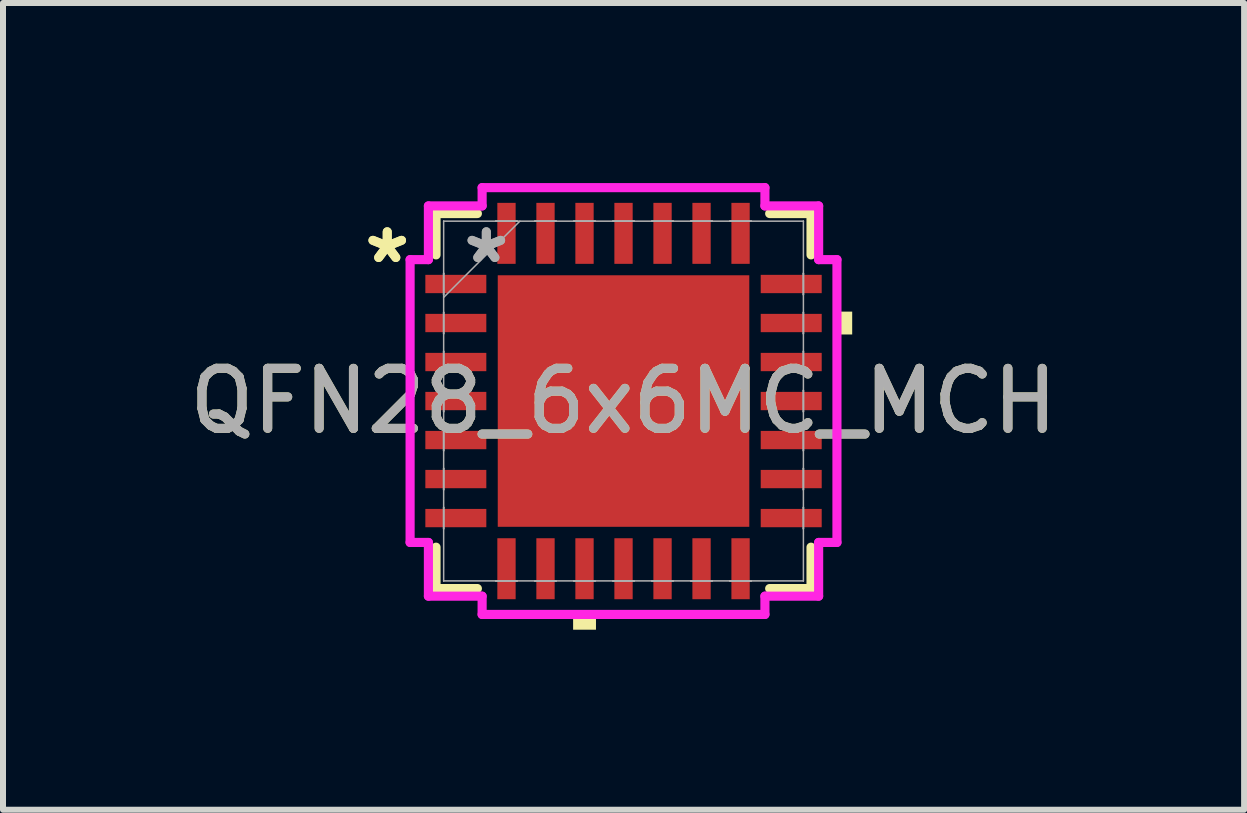
<source format=kicad_pcb>
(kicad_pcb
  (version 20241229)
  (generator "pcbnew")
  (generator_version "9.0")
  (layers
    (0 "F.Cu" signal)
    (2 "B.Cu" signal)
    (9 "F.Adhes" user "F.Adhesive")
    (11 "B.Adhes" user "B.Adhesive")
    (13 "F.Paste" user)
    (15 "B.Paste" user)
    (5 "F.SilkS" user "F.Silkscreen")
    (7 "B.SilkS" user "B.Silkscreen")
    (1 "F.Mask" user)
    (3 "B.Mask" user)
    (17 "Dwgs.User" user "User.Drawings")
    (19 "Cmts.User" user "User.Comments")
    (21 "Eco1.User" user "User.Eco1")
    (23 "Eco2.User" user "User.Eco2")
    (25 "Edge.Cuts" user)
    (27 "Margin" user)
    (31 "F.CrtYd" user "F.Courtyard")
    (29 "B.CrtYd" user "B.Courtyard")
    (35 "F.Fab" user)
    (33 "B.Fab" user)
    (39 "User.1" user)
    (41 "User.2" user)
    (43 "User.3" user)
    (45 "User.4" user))
  (footprint "QFN28_6x6MC_MCH"
    (layer "F.Cu")
    (at 7.339 3.632)
    (property "Reference" "QFN28_6x6MC_MCH" (at 0 0 0) (unlocked yes) (layer "F.SilkS") (effects (font (size 1 1) (thickness 0.15))))
    (attr smd)
    (fp_line (start -3.124 -3.124) (end -3.124 -2.435) (stroke (width 0.152) (type solid)) (layer "F.SilkS"))
    (fp_line (start -3.124 2.435) (end -3.124 3.124) (stroke (width 0.152) (type solid)) (layer "F.SilkS"))
    (fp_line (start -3.124 3.124) (end -2.435 3.124) (stroke (width 0.152) (type solid)) (layer "F.SilkS"))
    (fp_line (start -2.435 -3.124) (end -3.124 -3.124) (stroke (width 0.152) (type solid)) (layer "F.SilkS"))
    (fp_line (start 2.435 3.124) (end 3.124 3.124) (stroke (width 0.152) (type solid)) (layer "F.SilkS"))
    (fp_line (start 3.124 -3.124) (end 2.435 -3.124) (stroke (width 0.152) (type solid)) (layer "F.SilkS"))
    (fp_line (start 3.124 -2.435) (end 3.124 -3.124) (stroke (width 0.152) (type solid)) (layer "F.SilkS"))
    (fp_line (start 3.124 3.124) (end 3.124 2.435) (stroke (width 0.152) (type solid)) (layer "F.SilkS"))
    (fp_poly (pts (xy -0.84 3.556) (xy -0.84 3.81) (xy -0.459 3.81) (xy -0.459 3.556)) (stroke (width 0) (type solid)) (fill yes) (layer "F.SilkS"))
    (fp_poly (pts (xy 3.81 -1.49) (xy 3.81 -1.109) (xy 3.556 -1.109) (xy 3.556 -1.49)) (stroke (width 0) (type solid)) (fill yes) (layer "F.SilkS"))
    (fp_poly (pts (xy -1.996 -1.996) (xy -1.996 -0.798) (xy -0.798 -0.798) (xy -0.798 -1.996)) (stroke (width 0) (type solid)) (fill yes) (layer "F.Paste"))
    (fp_poly (pts (xy -1.996 -0.599) (xy -1.996 0.599) (xy -0.798 0.599) (xy -0.798 -0.599)) (stroke (width 0) (type solid)) (fill yes) (layer "F.Paste"))
    (fp_poly (pts (xy -1.996 0.798) (xy -1.996 1.996) (xy -0.798 1.996) (xy -0.798 0.798)) (stroke (width 0) (type solid)) (fill yes) (layer "F.Paste"))
    (fp_poly (pts (xy -0.599 -1.996) (xy -0.599 -0.798) (xy 0.599 -0.798) (xy 0.599 -1.996)) (stroke (width 0) (type solid)) (fill yes) (layer "F.Paste"))
    (fp_poly (pts (xy -0.599 -0.599) (xy -0.599 0.599) (xy 0.599 0.599) (xy 0.599 -0.599)) (stroke (width 0) (type solid)) (fill yes) (layer "F.Paste"))
    (fp_poly (pts (xy -0.599 0.798) (xy -0.599 1.996) (xy 0.599 1.996) (xy 0.599 0.798)) (stroke (width 0) (type solid)) (fill yes) (layer "F.Paste"))
    (fp_poly (pts (xy 0.798 -1.996) (xy 0.798 -0.798) (xy 1.996 -0.798) (xy 1.996 -1.996)) (stroke (width 0) (type solid)) (fill yes) (layer "F.Paste"))
    (fp_poly (pts (xy 0.798 -0.599) (xy 0.798 0.599) (xy 1.996 0.599) (xy 1.996 -0.599)) (stroke (width 0) (type solid)) (fill yes) (layer "F.Paste"))
    (fp_poly (pts (xy 0.798 0.798) (xy 0.798 1.996) (xy 1.996 1.996) (xy 1.996 0.798)) (stroke (width 0) (type solid)) (fill yes) (layer "F.Paste"))
    (fp_line (start -3.556 -2.356) (end -3.251 -2.356) (stroke (width 0.152) (type solid)) (layer "F.CrtYd"))
    (fp_line (start -3.556 2.356) (end -3.556 -2.356) (stroke (width 0.152) (type solid)) (layer "F.CrtYd"))
    (fp_line (start -3.251 -3.251) (end -2.356 -3.251) (stroke (width 0.152) (type solid)) (layer "F.CrtYd"))
    (fp_line (start -3.251 -2.356) (end -3.251 -3.251) (stroke (width 0.152) (type solid)) (layer "F.CrtYd"))
    (fp_line (start -3.251 2.356) (end -3.556 2.356) (stroke (width 0.152) (type solid)) (layer "F.CrtYd"))
    (fp_line (start -3.251 3.251) (end -3.251 2.356) (stroke (width 0.152) (type solid)) (layer "F.CrtYd"))
    (fp_line (start -2.356 -3.556) (end 2.356 -3.556) (stroke (width 0.152) (type solid)) (layer "F.CrtYd"))
    (fp_line (start -2.356 -3.251) (end -2.356 -3.556) (stroke (width 0.152) (type solid)) (layer "F.CrtYd"))
    (fp_line (start -2.356 3.251) (end -3.251 3.251) (stroke (width 0.152) (type solid)) (layer "F.CrtYd"))
    (fp_line (start -2.356 3.556) (end -2.356 3.251) (stroke (width 0.152) (type solid)) (layer "F.CrtYd"))
    (fp_line (start 2.356 -3.556) (end 2.356 -3.251) (stroke (width 0.152) (type solid)) (layer "F.CrtYd"))
    (fp_line (start 2.356 -3.251) (end 3.251 -3.251) (stroke (width 0.152) (type solid)) (layer "F.CrtYd"))
    (fp_line (start 2.356 3.251) (end 2.356 3.556) (stroke (width 0.152) (type solid)) (layer "F.CrtYd"))
    (fp_line (start 2.356 3.556) (end -2.356 3.556) (stroke (width 0.152) (type solid)) (layer "F.CrtYd"))
    (fp_line (start 3.251 -3.251) (end 3.251 -2.356) (stroke (width 0.152) (type solid)) (layer "F.CrtYd"))
    (fp_line (start 3.251 -2.356) (end 3.556 -2.356) (stroke (width 0.152) (type solid)) (layer "F.CrtYd"))
    (fp_line (start 3.251 2.356) (end 3.251 3.251) (stroke (width 0.152) (type solid)) (layer "F.CrtYd"))
    (fp_line (start 3.251 3.251) (end 2.356 3.251) (stroke (width 0.152) (type solid)) (layer "F.CrtYd"))
    (fp_line (start 3.556 -2.356) (end 3.556 2.356) (stroke (width 0.152) (type solid)) (layer "F.CrtYd"))
    (fp_line (start 3.556 2.356) (end 3.251 2.356) (stroke (width 0.152) (type solid)) (layer "F.CrtYd"))
    (fp_line (start -2.997 -2.997) (end -2.997 -2.997) (stroke (width 0.025) (type solid)) (layer "F.Fab"))
    (fp_line (start -2.997 -2.997) (end -2.997 2.997) (stroke (width 0.025) (type solid)) (layer "F.Fab"))
    (fp_line (start -2.997 -2.128) (end -2.997 -2.128) (stroke (width 0.025) (type solid)) (layer "F.Fab"))
    (fp_line (start -2.997 -2.128) (end -2.997 -1.772) (stroke (width 0.025) (type solid)) (layer "F.Fab"))
    (fp_line (start -2.997 -1.772) (end -2.997 -2.128) (stroke (width 0.025) (type solid)) (layer "F.Fab"))
    (fp_line (start -2.997 -1.772) (end -2.997 -1.772) (stroke (width 0.025) (type solid)) (layer "F.Fab"))
    (fp_line (start -2.997 -1.727) (end -1.727 -2.997) (stroke (width 0.025) (type solid)) (layer "F.Fab"))
    (fp_line (start -2.997 -1.478) (end -2.997 -1.478) (stroke (width 0.025) (type solid)) (layer "F.Fab"))
    (fp_line (start -2.997 -1.478) (end -2.997 -1.122) (stroke (width 0.025) (type solid)) (layer "F.Fab"))
    (fp_line (start -2.997 -1.122) (end -2.997 -1.478) (stroke (width 0.025) (type solid)) (layer "F.Fab"))
    (fp_line (start -2.997 -1.122) (end -2.997 -1.122) (stroke (width 0.025) (type solid)) (layer "F.Fab"))
    (fp_line (start -2.997 -0.828) (end -2.997 -0.828) (stroke (width 0.025) (type solid)) (layer "F.Fab"))
    (fp_line (start -2.997 -0.828) (end -2.997 -0.472) (stroke (width 0.025) (type solid)) (layer "F.Fab"))
    (fp_line (start -2.997 -0.472) (end -2.997 -0.828) (stroke (width 0.025) (type solid)) (layer "F.Fab"))
    (fp_line (start -2.997 -0.472) (end -2.997 -0.472) (stroke (width 0.025) (type solid)) (layer "F.Fab"))
    (fp_line (start -2.997 -0.178) (end -2.997 -0.178) (stroke (width 0.025) (type solid)) (layer "F.Fab"))
    (fp_line (start -2.997 -0.178) (end -2.997 0.178) (stroke (width 0.025) (type solid)) (layer "F.Fab"))
    (fp_line (start -2.997 0.178) (end -2.997 -0.178) (stroke (width 0.025) (type solid)) (layer "F.Fab"))
    (fp_line (start -2.997 0.178) (end -2.997 0.178) (stroke (width 0.025) (type solid)) (layer "F.Fab"))
    (fp_line (start -2.997 0.472) (end -2.997 0.472) (stroke (width 0.025) (type solid)) (layer "F.Fab"))
    (fp_line (start -2.997 0.472) (end -2.997 0.828) (stroke (width 0.025) (type solid)) (layer "F.Fab"))
    (fp_line (start -2.997 0.828) (end -2.997 0.472) (stroke (width 0.025) (type solid)) (layer "F.Fab"))
    (fp_line (start -2.997 0.828) (end -2.997 0.828) (stroke (width 0.025) (type solid)) (layer "F.Fab"))
    (fp_line (start -2.997 1.122) (end -2.997 1.122) (stroke (width 0.025) (type solid)) (layer "F.Fab"))
    (fp_line (start -2.997 1.122) (end -2.997 1.478) (stroke (width 0.025) (type solid)) (layer "F.Fab"))
    (fp_line (start -2.997 1.478) (end -2.997 1.122) (stroke (width 0.025) (type solid)) (layer "F.Fab"))
    (fp_line (start -2.997 1.478) (end -2.997 1.478) (stroke (width 0.025) (type solid)) (layer "F.Fab"))
    (fp_line (start -2.997 1.772) (end -2.997 1.772) (stroke (width 0.025) (type solid)) (layer "F.Fab"))
    (fp_line (start -2.997 1.772) (end -2.997 2.128) (stroke (width 0.025) (type solid)) (layer "F.Fab"))
    (fp_line (start -2.997 2.128) (end -2.997 1.772) (stroke (width 0.025) (type solid)) (layer "F.Fab"))
    (fp_line (start -2.997 2.128) (end -2.997 2.128) (stroke (width 0.025) (type solid)) (layer "F.Fab"))
    (fp_line (start -2.997 2.997) (end -2.997 2.997) (stroke (width 0.025) (type solid)) (layer "F.Fab"))
    (fp_line (start -2.997 2.997) (end 2.997 2.997) (stroke (width 0.025) (type solid)) (layer "F.Fab"))
    (fp_line (start -2.128 -2.997) (end -2.128 -2.997) (stroke (width 0.025) (type solid)) (layer "F.Fab"))
    (fp_line (start -2.128 -2.997) (end -1.772 -2.997) (stroke (width 0.025) (type solid)) (layer "F.Fab"))
    (fp_line (start -2.128 2.997) (end -2.128 2.997) (stroke (width 0.025) (type solid)) (layer "F.Fab"))
    (fp_line (start -2.128 2.997) (end -1.772 2.997) (stroke (width 0.025) (type solid)) (layer "F.Fab"))
    (fp_line (start -1.772 -2.997) (end -2.128 -2.997) (stroke (width 0.025) (type solid)) (layer "F.Fab"))
    (fp_line (start -1.772 -2.997) (end -1.772 -2.997) (stroke (width 0.025) (type solid)) (layer "F.Fab"))
    (fp_line (start -1.772 2.997) (end -2.128 2.997) (stroke (width 0.025) (type solid)) (layer "F.Fab"))
    (fp_line (start -1.772 2.997) (end -1.772 2.997) (stroke (width 0.025) (type solid)) (layer "F.Fab"))
    (fp_line (start -1.478 -2.997) (end -1.478 -2.997) (stroke (width 0.025) (type solid)) (layer "F.Fab"))
    (fp_line (start -1.478 -2.997) (end -1.122 -2.997) (stroke (width 0.025) (type solid)) (layer "F.Fab"))
    (fp_line (start -1.478 2.997) (end -1.478 2.997) (stroke (width 0.025) (type solid)) (layer "F.Fab"))
    (fp_line (start -1.478 2.997) (end -1.122 2.997) (stroke (width 0.025) (type solid)) (layer "F.Fab"))
    (fp_line (start -1.122 -2.997) (end -1.478 -2.997) (stroke (width 0.025) (type solid)) (layer "F.Fab"))
    (fp_line (start -1.122 -2.997) (end -1.122 -2.997) (stroke (width 0.025) (type solid)) (layer "F.Fab"))
    (fp_line (start -1.122 2.997) (end -1.478 2.997) (stroke (width 0.025) (type solid)) (layer "F.Fab"))
    (fp_line (start -1.122 2.997) (end -1.122 2.997) (stroke (width 0.025) (type solid)) (layer "F.Fab"))
    (fp_line (start -0.828 -2.997) (end -0.828 -2.997) (stroke (width 0.025) (type solid)) (layer "F.Fab"))
    (fp_line (start -0.828 -2.997) (end -0.472 -2.997) (stroke (width 0.025) (type solid)) (layer "F.Fab"))
    (fp_line (start -0.828 2.997) (end -0.828 2.997) (stroke (width 0.025) (type solid)) (layer "F.Fab"))
    (fp_line (start -0.828 2.997) (end -0.472 2.997) (stroke (width 0.025) (type solid)) (layer "F.Fab"))
    (fp_line (start -0.472 -2.997) (end -0.828 -2.997) (stroke (width 0.025) (type solid)) (layer "F.Fab"))
    (fp_line (start -0.472 -2.997) (end -0.472 -2.997) (stroke (width 0.025) (type solid)) (layer "F.Fab"))
    (fp_line (start -0.472 2.997) (end -0.828 2.997) (stroke (width 0.025) (type solid)) (layer "F.Fab"))
    (fp_line (start -0.472 2.997) (end -0.472 2.997) (stroke (width 0.025) (type solid)) (layer "F.Fab"))
    (fp_line (start -0.178 -2.997) (end -0.178 -2.997) (stroke (width 0.025) (type solid)) (layer "F.Fab"))
    (fp_line (start -0.178 -2.997) (end 0.178 -2.997) (stroke (width 0.025) (type solid)) (layer "F.Fab"))
    (fp_line (start -0.178 2.997) (end -0.178 2.997) (stroke (width 0.025) (type solid)) (layer "F.Fab"))
    (fp_line (start -0.178 2.997) (end 0.178 2.997) (stroke (width 0.025) (type solid)) (layer "F.Fab"))
    (fp_line (start 0.178 -2.997) (end -0.178 -2.997) (stroke (width 0.025) (type solid)) (layer "F.Fab"))
    (fp_line (start 0.178 -2.997) (end 0.178 -2.997) (stroke (width 0.025) (type solid)) (layer "F.Fab"))
    (fp_line (start 0.178 2.997) (end -0.178 2.997) (stroke (width 0.025) (type solid)) (layer "F.Fab"))
    (fp_line (start 0.178 2.997) (end 0.178 2.997) (stroke (width 0.025) (type solid)) (layer "F.Fab"))
    (fp_line (start 0.472 -2.997) (end 0.472 -2.997) (stroke (width 0.025) (type solid)) (layer "F.Fab"))
    (fp_line (start 0.472 -2.997) (end 0.828 -2.997) (stroke (width 0.025) (type solid)) (layer "F.Fab"))
    (fp_line (start 0.472 2.997) (end 0.472 2.997) (stroke (width 0.025) (type solid)) (layer "F.Fab"))
    (fp_line (start 0.472 2.997) (end 0.828 2.997) (stroke (width 0.025) (type solid)) (layer "F.Fab"))
    (fp_line (start 0.828 -2.997) (end 0.472 -2.997) (stroke (width 0.025) (type solid)) (layer "F.Fab"))
    (fp_line (start 0.828 -2.997) (end 0.828 -2.997) (stroke (width 0.025) (type solid)) (layer "F.Fab"))
    (fp_line (start 0.828 2.997) (end 0.472 2.997) (stroke (width 0.025) (type solid)) (layer "F.Fab"))
    (fp_line (start 0.828 2.997) (end 0.828 2.997) (stroke (width 0.025) (type solid)) (layer "F.Fab"))
    (fp_line (start 1.122 -2.997) (end 1.122 -2.997) (stroke (width 0.025) (type solid)) (layer "F.Fab"))
    (fp_line (start 1.122 -2.997) (end 1.478 -2.997) (stroke (width 0.025) (type solid)) (layer "F.Fab"))
    (fp_line (start 1.122 2.997) (end 1.122 2.997) (stroke (width 0.025) (type solid)) (layer "F.Fab"))
    (fp_line (start 1.122 2.997) (end 1.478 2.997) (stroke (width 0.025) (type solid)) (layer "F.Fab"))
    (fp_line (start 1.478 -2.997) (end 1.122 -2.997) (stroke (width 0.025) (type solid)) (layer "F.Fab"))
    (fp_line (start 1.478 -2.997) (end 1.478 -2.997) (stroke (width 0.025) (type solid)) (layer "F.Fab"))
    (fp_line (start 1.478 2.997) (end 1.122 2.997) (stroke (width 0.025) (type solid)) (layer "F.Fab"))
    (fp_line (start 1.478 2.997) (end 1.478 2.997) (stroke (width 0.025) (type solid)) (layer "F.Fab"))
    (fp_line (start 1.772 -2.997) (end 1.772 -2.997) (stroke (width 0.025) (type solid)) (layer "F.Fab"))
    (fp_line (start 1.772 -2.997) (end 2.128 -2.997) (stroke (width 0.025) (type solid)) (layer "F.Fab"))
    (fp_line (start 1.772 2.997) (end 1.772 2.997) (stroke (width 0.025) (type solid)) (layer "F.Fab"))
    (fp_line (start 1.772 2.997) (end 2.128 2.997) (stroke (width 0.025) (type solid)) (layer "F.Fab"))
    (fp_line (start 2.128 -2.997) (end 1.772 -2.997) (stroke (width 0.025) (type solid)) (layer "F.Fab"))
    (fp_line (start 2.128 -2.997) (end 2.128 -2.997) (stroke (width 0.025) (type solid)) (layer "F.Fab"))
    (fp_line (start 2.128 2.997) (end 1.772 2.997) (stroke (width 0.025) (type solid)) (layer "F.Fab"))
    (fp_line (start 2.128 2.997) (end 2.128 2.997) (stroke (width 0.025) (type solid)) (layer "F.Fab"))
    (fp_line (start 2.997 -2.997) (end -2.997 -2.997) (stroke (width 0.025) (type solid)) (layer "F.Fab"))
    (fp_line (start 2.997 -2.997) (end 2.997 -2.997) (stroke (width 0.025) (type solid)) (layer "F.Fab"))
    (fp_line (start 2.997 -2.128) (end 2.997 -2.128) (stroke (width 0.025) (type solid)) (layer "F.Fab"))
    (fp_line (start 2.997 -2.128) (end 2.997 -1.772) (stroke (width 0.025) (type solid)) (layer "F.Fab"))
    (fp_line (start 2.997 -1.772) (end 2.997 -2.128) (stroke (width 0.025) (type solid)) (layer "F.Fab"))
    (fp_line (start 2.997 -1.772) (end 2.997 -1.772) (stroke (width 0.025) (type solid)) (layer "F.Fab"))
    (fp_line (start 2.997 -1.478) (end 2.997 -1.478) (stroke (width 0.025) (type solid)) (layer "F.Fab"))
    (fp_line (start 2.997 -1.478) (end 2.997 -1.122) (stroke (width 0.025) (type solid)) (layer "F.Fab"))
    (fp_line (start 2.997 -1.122) (end 2.997 -1.478) (stroke (width 0.025) (type solid)) (layer "F.Fab"))
    (fp_line (start 2.997 -1.122) (end 2.997 -1.122) (stroke (width 0.025) (type solid)) (layer "F.Fab"))
    (fp_line (start 2.997 -0.828) (end 2.997 -0.828) (stroke (width 0.025) (type solid)) (layer "F.Fab"))
    (fp_line (start 2.997 -0.828) (end 2.997 -0.472) (stroke (width 0.025) (type solid)) (layer "F.Fab"))
    (fp_line (start 2.997 -0.472) (end 2.997 -0.828) (stroke (width 0.025) (type solid)) (layer "F.Fab"))
    (fp_line (start 2.997 -0.472) (end 2.997 -0.472) (stroke (width 0.025) (type solid)) (layer "F.Fab"))
    (fp_line (start 2.997 -0.178) (end 2.997 -0.178) (stroke (width 0.025) (type solid)) (layer "F.Fab"))
    (fp_line (start 2.997 -0.178) (end 2.997 0.178) (stroke (width 0.025) (type solid)) (layer "F.Fab"))
    (fp_line (start 2.997 0.178) (end 2.997 -0.178) (stroke (width 0.025) (type solid)) (layer "F.Fab"))
    (fp_line (start 2.997 0.178) (end 2.997 0.178) (stroke (width 0.025) (type solid)) (layer "F.Fab"))
    (fp_line (start 2.997 0.472) (end 2.997 0.472) (stroke (width 0.025) (type solid)) (layer "F.Fab"))
    (fp_line (start 2.997 0.472) (end 2.997 0.828) (stroke (width 0.025) (type solid)) (layer "F.Fab"))
    (fp_line (start 2.997 0.828) (end 2.997 0.472) (stroke (width 0.025) (type solid)) (layer "F.Fab"))
    (fp_line (start 2.997 0.828) (end 2.997 0.828) (stroke (width 0.025) (type solid)) (layer "F.Fab"))
    (fp_line (start 2.997 1.122) (end 2.997 1.122) (stroke (width 0.025) (type solid)) (layer "F.Fab"))
    (fp_line (start 2.997 1.122) (end 2.997 1.478) (stroke (width 0.025) (type solid)) (layer "F.Fab"))
    (fp_line (start 2.997 1.478) (end 2.997 1.122) (stroke (width 0.025) (type solid)) (layer "F.Fab"))
    (fp_line (start 2.997 1.478) (end 2.997 1.478) (stroke (width 0.025) (type solid)) (layer "F.Fab"))
    (fp_line (start 2.997 1.772) (end 2.997 1.772) (stroke (width 0.025) (type solid)) (layer "F.Fab"))
    (fp_line (start 2.997 1.772) (end 2.997 2.128) (stroke (width 0.025) (type solid)) (layer "F.Fab"))
    (fp_line (start 2.997 2.128) (end 2.997 1.772) (stroke (width 0.025) (type solid)) (layer "F.Fab"))
    (fp_line (start 2.997 2.128) (end 2.997 2.128) (stroke (width 0.025) (type solid)) (layer "F.Fab"))
    (fp_line (start 2.997 2.997) (end 2.997 -2.997) (stroke (width 0.025) (type solid)) (layer "F.Fab"))
    (fp_line (start 2.997 2.997) (end 2.997 2.997) (stroke (width 0.025) (type solid)) (layer "F.Fab"))
    (fp_text user "*" (at -3.937 -2.275 0) (unlocked yes) (layer "F.SilkS") (effects (font (size 1 1) (thickness 0.15))))
    (fp_text user "*" (at -3.937 -2.275 0) (layer "F.SilkS") (effects (font (size 1 1) (thickness 0.15))))
    (fp_text user "*" (at -2.286 -2.275 0) (layer "F.Fab") (effects (font (size 1 1) (thickness 0.15))))
    (fp_text user "*" (at -2.286 -2.275 0) (unlocked yes) (layer "F.Fab") (effects (font (size 1 1) (thickness 0.15))))
    (fp_text user "${REFERENCE}" (at 0 0 0) (unlocked yes) (layer "F.Fab") (effects (font (size 1 1) (thickness 0.15))))
    (pad "1" smd rect (at -2.794 -1.95 90) (size 0.305 1.016) (layers "F.Cu" "F.Mask" "F.Paste"))
    (pad "2" smd rect (at -2.794 -1.3 90) (size 0.305 1.016) (layers "F.Cu" "F.Mask" "F.Paste"))
    (pad "3" smd rect (at -2.794 -0.65 90) (size 0.305 1.016) (layers "F.Cu" "F.Mask" "F.Paste"))
    (pad "4" smd rect (at -2.794 0 90) (size 0.305 1.016) (layers "F.Cu" "F.Mask" "F.Paste"))
    (pad "5" smd rect (at -2.794 0.65 90) (size 0.305 1.016) (layers "F.Cu" "F.Mask" "F.Paste"))
    (pad "6" smd rect (at -2.794 1.3 90) (size 0.305 1.016) (layers "F.Cu" "F.Mask" "F.Paste"))
    (pad "7" smd rect (at -2.794 1.95 90) (size 0.305 1.016) (layers "F.Cu" "F.Mask" "F.Paste"))
    (pad "8" smd rect (at -1.95 2.794) (size 0.305 1.016) (layers "F.Cu" "F.Mask" "F.Paste"))
    (pad "9" smd rect (at -1.3 2.794) (size 0.305 1.016) (layers "F.Cu" "F.Mask" "F.Paste"))
    (pad "10" smd rect (at -0.65 2.794) (size 0.305 1.016) (layers "F.Cu" "F.Mask" "F.Paste"))
    (pad "11" smd rect (at 0 2.794) (size 0.305 1.016) (layers "F.Cu" "F.Mask" "F.Paste"))
    (pad "12" smd rect (at 0.65 2.794) (size 0.305 1.016) (layers "F.Cu" "F.Mask" "F.Paste"))
    (pad "13" smd rect (at 1.3 2.794) (size 0.305 1.016) (layers "F.Cu" "F.Mask" "F.Paste"))
    (pad "14" smd rect (at 1.95 2.794) (size 0.305 1.016) (layers "F.Cu" "F.Mask" "F.Paste"))
    (pad "15" smd rect (at 2.794 1.95 90) (size 0.305 1.016) (layers "F.Cu" "F.Mask" "F.Paste"))
    (pad "16" smd rect (at 2.794 1.3 90) (size 0.305 1.016) (layers "F.Cu" "F.Mask" "F.Paste"))
    (pad "17" smd rect (at 2.794 0.65 90) (size 0.305 1.016) (layers "F.Cu" "F.Mask" "F.Paste"))
    (pad "18" smd rect (at 2.794 0 90) (size 0.305 1.016) (layers "F.Cu" "F.Mask" "F.Paste"))
    (pad "19" smd rect (at 2.794 -0.65 90) (size 0.305 1.016) (layers "F.Cu" "F.Mask" "F.Paste"))
    (pad "20" smd rect (at 2.794 -1.3 90) (size 0.305 1.016) (layers "F.Cu" "F.Mask" "F.Paste"))
    (pad "21" smd rect (at 2.794 -1.95 90) (size 0.305 1.016) (layers "F.Cu" "F.Mask" "F.Paste"))
    (pad "22" smd rect (at 1.95 -2.794) (size 0.305 1.016) (layers "F.Cu" "F.Mask" "F.Paste"))
    (pad "23" smd rect (at 1.3 -2.794) (size 0.305 1.016) (layers "F.Cu" "F.Mask" "F.Paste"))
    (pad "24" smd rect (at 0.65 -2.794) (size 0.305 1.016) (layers "F.Cu" "F.Mask" "F.Paste"))
    (pad "25" smd rect (at 0 -2.794) (size 0.305 1.016) (layers "F.Cu" "F.Mask" "F.Paste"))
    (pad "26" smd rect (at -0.65 -2.794) (size 0.305 1.016) (layers "F.Cu" "F.Mask" "F.Paste"))
    (pad "27" smd rect (at -1.3 -2.794) (size 0.305 1.016) (layers "F.Cu" "F.Mask" "F.Paste"))
    (pad "28" smd rect (at -1.95 -2.794) (size 0.305 1.016) (layers "F.Cu" "F.Mask" "F.Paste"))
    (pad "29" smd rect (at 0 0) (size 4.191 4.191) (layers "F.Cu" "F.Mask" "F.Paste")))
  (gr_rect
    (start -3 -3)
    (end 17.679 10.442)
    (stroke (width 0.1) (type default))
    (fill no)
    (layer "Edge.Cuts")))
</source>
